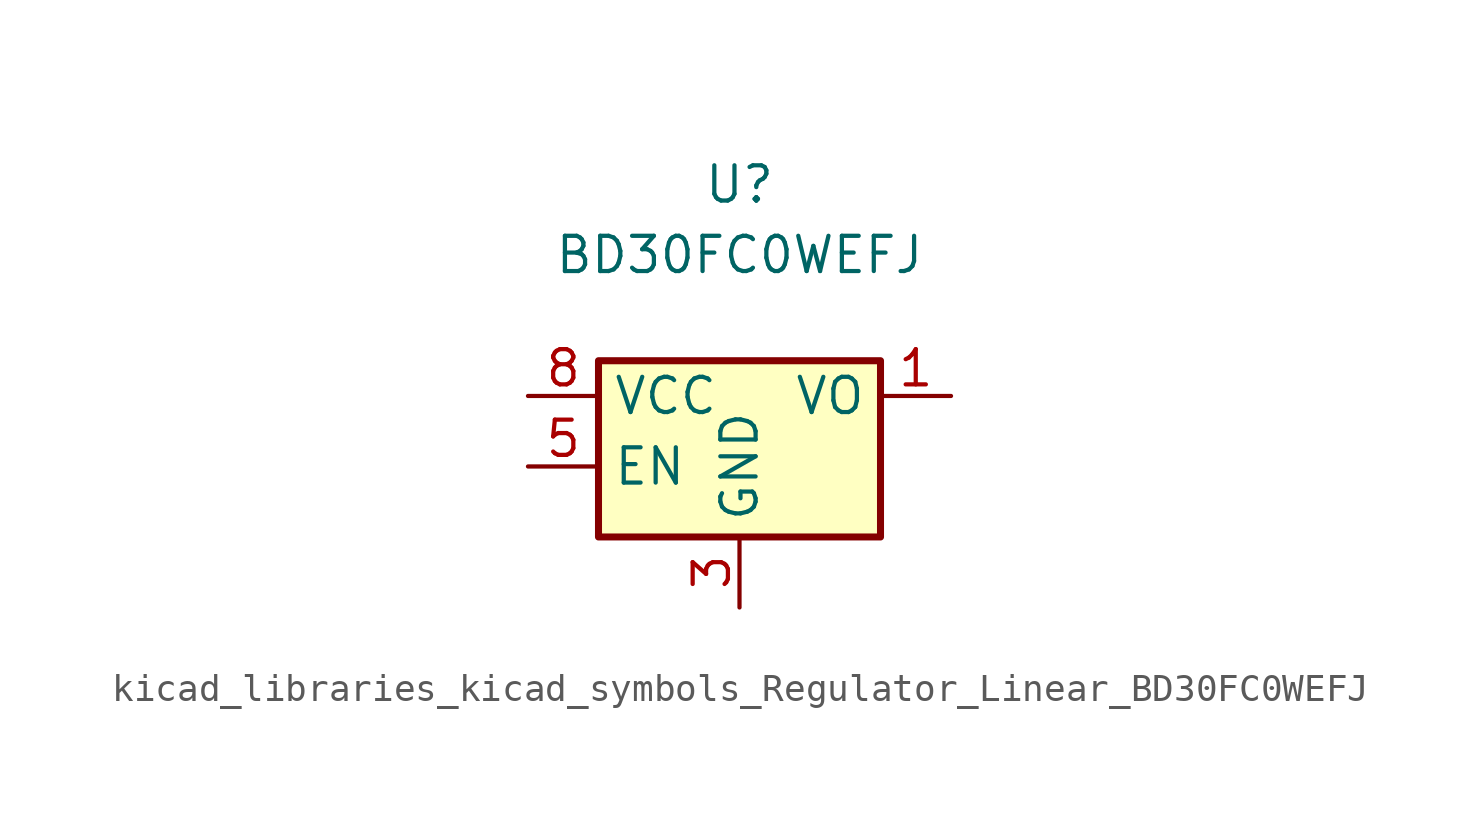
<source format=kicad_sym>
(kicad_symbol_lib
  (version 20220914)
  (generator kicad_symbol_editor)
  (symbol "kicad_libraries_kicad_symbols_Regulator_Linear_BD30FC0WEFJ"
    (property "Reference" "U"
      (at 0 7.62 0)
      (effects (font (size 1.27 1.27))))
    (property "Value" "BD30FC0WEFJ"
      (at 0 5.08 0)
      (effects (font (size 1.27 1.27))))
    (symbol "kicad_libraries_kicad_symbols_Regulator_Linear_BD30FC0WEFJ_1_1"
      (rectangle (start -5.08 -5.08) (end 5.08 1.27) (stroke (width 0.254) (type default)) (fill (type background)))
      (pin power_out line (at 7.62 0 180) (length 2.54) (name "VO" (effects (font (size 1.27 1.27)))) (number "1" (effects (font (size 1.27 1.27)))))
      (pin no_connect line (at 5.08 -2.54 180) (length 2.54) hide (name "NC" (effects (font (size 1.27 1.27)))) (number "2" (effects (font (size 1.27 1.27)))))
      (pin power_in line (at 0 -7.62 90) (length 2.54) (name "GND" (effects (font (size 1.27 1.27)))) (number "3" (effects (font (size 1.27 1.27)))))
      (pin no_connect line (at -3.81 -5.08 90) (length 2.54) hide (name "NC" (effects (font (size 1.27 1.27)))) (number "4" (effects (font (size 1.27 1.27)))))
      (pin input line (at -7.62 -2.54 0) (length 2.54) (name "EN" (effects (font (size 1.27 1.27)))) (number "5" (effects (font (size 1.27 1.27)))))
      (pin no_connect line (at -2.54 -5.08 90) (length 2.54) hide (name "NC" (effects (font (size 1.27 1.27)))) (number "6" (effects (font (size 1.27 1.27)))))
      (pin no_connect line (at -1.27 -5.08 90) (length 2.54) hide (name "NC" (effects (font (size 1.27 1.27)))) (number "7" (effects (font (size 1.27 1.27)))))
      (pin power_in line (at -7.62 0 0) (length 2.54) (name "VCC" (effects (font (size 1.27 1.27)))) (number "8" (effects (font (size 1.27 1.27)))))
      (pin passive line (at 0 -7.62 90) (length 2.54) hide (name "GND" (effects (font (size 1.27 1.27)))) (number "9" (effects (font (size 1.27 1.27))))))))
</source>
